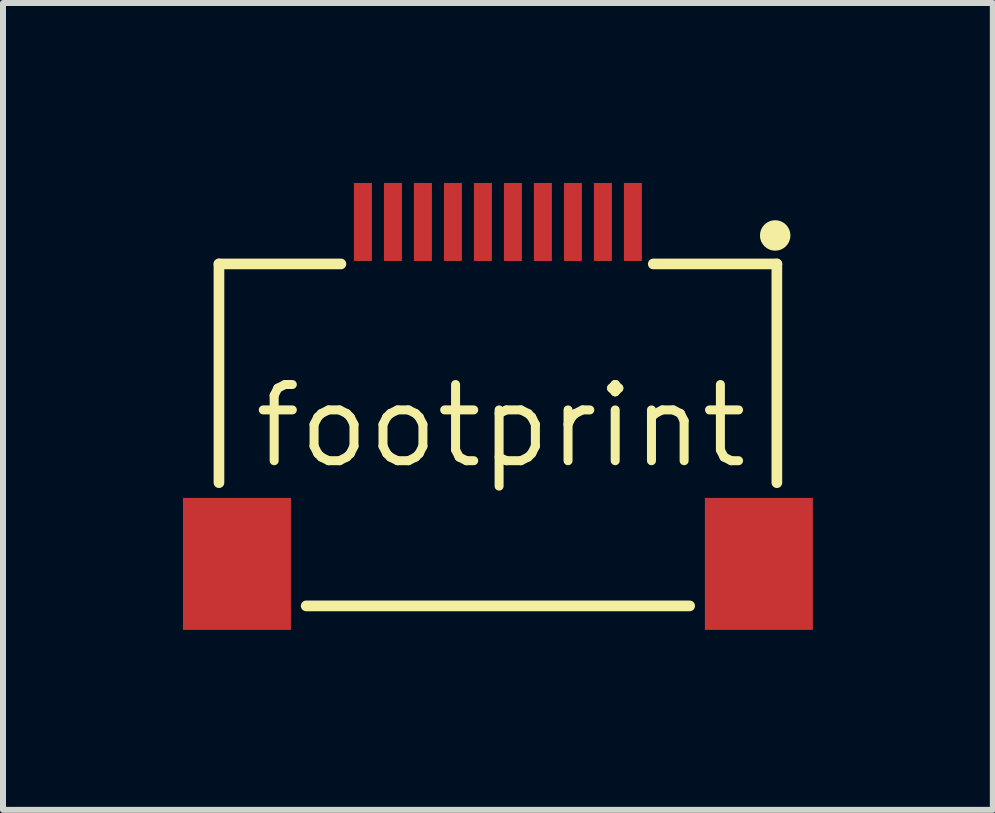
<source format=kicad_pcb>
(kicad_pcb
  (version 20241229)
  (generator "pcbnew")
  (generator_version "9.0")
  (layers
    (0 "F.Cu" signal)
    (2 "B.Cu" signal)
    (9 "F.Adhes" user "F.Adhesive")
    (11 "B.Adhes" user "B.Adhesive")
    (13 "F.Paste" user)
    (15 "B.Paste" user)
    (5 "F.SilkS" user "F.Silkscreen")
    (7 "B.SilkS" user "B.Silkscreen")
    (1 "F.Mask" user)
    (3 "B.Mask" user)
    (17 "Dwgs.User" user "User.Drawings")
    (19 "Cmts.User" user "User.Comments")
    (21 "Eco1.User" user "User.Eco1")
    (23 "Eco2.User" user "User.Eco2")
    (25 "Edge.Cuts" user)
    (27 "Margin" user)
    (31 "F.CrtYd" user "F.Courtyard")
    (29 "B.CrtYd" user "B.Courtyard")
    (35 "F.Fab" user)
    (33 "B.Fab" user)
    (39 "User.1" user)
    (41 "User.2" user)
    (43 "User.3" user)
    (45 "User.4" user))
  (footprint "footprint"
    (layer "F.Cu")
    (at 5.3 4.05)
    (property "Reference" "footprint" (at 0 0 0) (layer "F.SilkS") (effects (font (size 1.27 1.27) (thickness 0.15))))
    (fp_line (start -4.7 -2.7) (end -4.7 0.946) (stroke (width 0.178) (type solid)) (layer "F.SilkS"))
    (fp_line (start -4.7 -2.7) (end -2.667 -2.7) (stroke (width 0.178) (type solid)) (layer "F.SilkS"))
    (fp_line (start -3.246 3) (end 3.146 3) (stroke (width 0.178) (type solid)) (layer "F.SilkS"))
    (fp_line (start 4.6 -2.7) (end 2.54 -2.7) (stroke (width 0.178) (type solid)) (layer "F.SilkS"))
    (fp_line (start 4.6 -2.7) (end 4.6 0.946) (stroke (width 0.178) (type solid)) (layer "F.SilkS"))
    (fp_circle (center 4.572 -3.175) (end 4.699 -3.175) (stroke (width 0.254) (type solid)) (fill no) (layer "F.SilkS"))
    (pad "1" smd rect (at -2.3 -3.4 90) (size 1.3 0.3) (layers "F.Cu" "F.Mask" "F.Paste"))
    (pad "2" smd rect (at -1.8 -3.4 90) (size 1.3 0.3) (layers "F.Cu" "F.Mask" "F.Paste"))
    (pad "3" smd rect (at -1.3 -3.4 90) (size 1.3 0.3) (layers "F.Cu" "F.Mask" "F.Paste"))
    (pad "4" smd rect (at -0.8 -3.4 90) (size 1.3 0.3) (layers "F.Cu" "F.Mask" "F.Paste"))
    (pad "5" smd rect (at -0.3 -3.4 90) (size 1.3 0.3) (layers "F.Cu" "F.Mask" "F.Paste"))
    (pad "6" smd rect (at 0.2 -3.4 90) (size 1.3 0.3) (layers "F.Cu" "F.Mask" "F.Paste"))
    (pad "7" smd rect (at 0.7 -3.4 90) (size 1.3 0.3) (layers "F.Cu" "F.Mask" "F.Paste"))
    (pad "8" smd rect (at 1.2 -3.4 90) (size 1.3 0.3) (layers "F.Cu" "F.Mask" "F.Paste"))
    (pad "9" smd rect (at 1.7 -3.4 90) (size 1.3 0.3) (layers "F.Cu" "F.Mask" "F.Paste"))
    (pad "10" smd rect (at 2.2 -3.4 90) (size 1.3 0.3) (layers "F.Cu" "F.Mask" "F.Paste"))
    (pad "NC1" smd rect (at -4.4 2.3 270) (size 2.2 1.8) (layers "F.Cu" "F.Mask" "F.Paste"))
    (pad "NC2" smd rect (at 4.3 2.3 270) (size 2.2 1.8) (layers "F.Cu" "F.Mask" "F.Paste")))
  (gr_rect
    (start -3 -3)
    (end 13.5 10.45)
    (stroke (width 0.1) (type default))
    (fill no)
    (layer "Edge.Cuts")))
</source>
